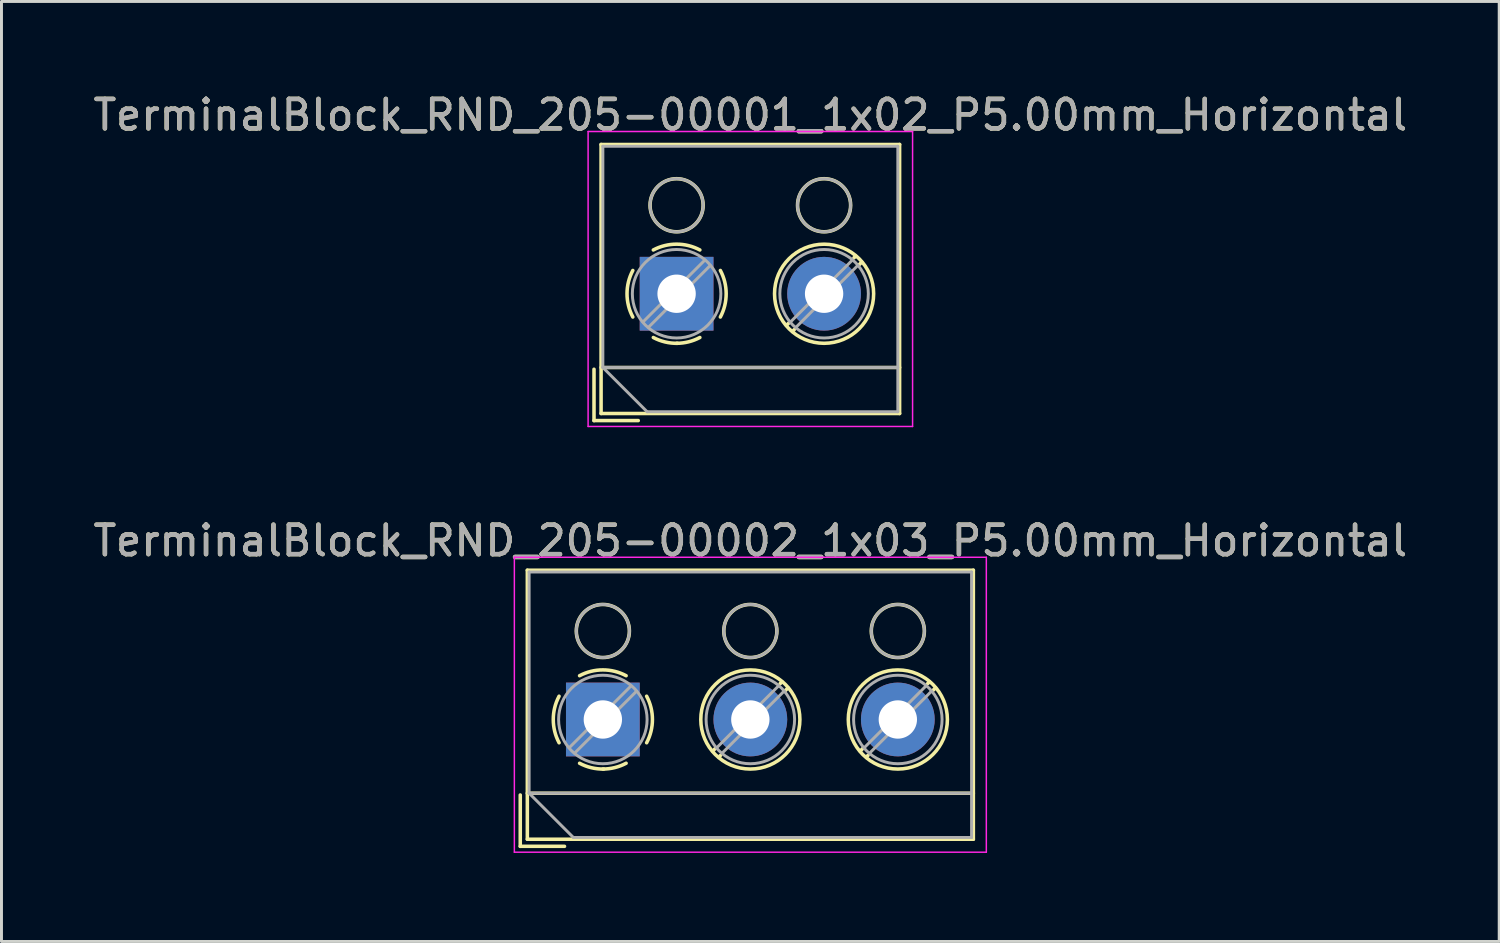
<source format=kicad_pcb>
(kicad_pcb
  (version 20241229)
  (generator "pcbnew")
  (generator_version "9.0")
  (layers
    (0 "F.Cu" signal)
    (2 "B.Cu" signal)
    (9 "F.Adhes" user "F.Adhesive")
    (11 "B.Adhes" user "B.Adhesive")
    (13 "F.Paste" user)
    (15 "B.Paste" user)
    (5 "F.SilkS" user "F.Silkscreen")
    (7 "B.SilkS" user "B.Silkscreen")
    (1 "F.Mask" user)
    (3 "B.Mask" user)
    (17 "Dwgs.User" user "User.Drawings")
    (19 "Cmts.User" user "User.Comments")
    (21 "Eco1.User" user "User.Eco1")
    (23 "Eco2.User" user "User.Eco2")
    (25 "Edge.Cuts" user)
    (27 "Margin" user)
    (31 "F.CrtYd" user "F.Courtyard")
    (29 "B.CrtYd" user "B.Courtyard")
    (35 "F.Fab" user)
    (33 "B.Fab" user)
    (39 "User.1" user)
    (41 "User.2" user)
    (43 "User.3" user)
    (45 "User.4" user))
  (footprint "TerminalBlock_RND_205-00002_1x03_P5.00mm_Horizontal"
    (layer "F.Cu")
    (at 17.387 21.341)
    (property "Reference" "TerminalBlock_RND_205-00002_1x03_P5.00mm_Horizontal" (at 5 -6.06 0) (layer "F.SilkS") (effects (font (size 1 1) (thickness 0.15))))
    (attr through_hole)
    (fp_line (start -2.8 2.56) (end -2.8 4.3) (stroke (width 0.12) (type solid)) (layer "F.SilkS"))
    (fp_line (start -2.8 4.3) (end -1.3 4.3) (stroke (width 0.12) (type solid)) (layer "F.SilkS"))
    (fp_line (start -2.56 -5.06) (end -2.56 4.06) (stroke (width 0.12) (type solid)) (layer "F.SilkS"))
    (fp_line (start -2.56 -5.06) (end 12.56 -5.06) (stroke (width 0.12) (type solid)) (layer "F.SilkS"))
    (fp_line (start -2.56 2.5) (end 12.56 2.5) (stroke (width 0.12) (type solid)) (layer "F.SilkS"))
    (fp_line (start -2.56 4.06) (end 12.56 4.06) (stroke (width 0.12) (type solid)) (layer "F.SilkS"))
    (fp_line (start 3.82 0.976) (end 3.726 1.069) (stroke (width 0.12) (type solid)) (layer "F.SilkS"))
    (fp_line (start 3.99 1.216) (end 3.931 1.274) (stroke (width 0.12) (type solid)) (layer "F.SilkS"))
    (fp_line (start 6.07 -1.275) (end 6.011 -1.216) (stroke (width 0.12) (type solid)) (layer "F.SilkS"))
    (fp_line (start 6.275 -1.069) (end 6.181 -0.976) (stroke (width 0.12) (type solid)) (layer "F.SilkS"))
    (fp_line (start 8.82 0.976) (end 8.726 1.069) (stroke (width 0.12) (type solid)) (layer "F.SilkS"))
    (fp_line (start 8.99 1.216) (end 8.931 1.274) (stroke (width 0.12) (type solid)) (layer "F.SilkS"))
    (fp_line (start 11.07 -1.275) (end 11.011 -1.216) (stroke (width 0.12) (type solid)) (layer "F.SilkS"))
    (fp_line (start 11.275 -1.069) (end 11.181 -0.976) (stroke (width 0.12) (type solid)) (layer "F.SilkS"))
    (fp_line (start 12.56 -5.06) (end 12.56 4.06) (stroke (width 0.12) (type solid)) (layer "F.SilkS"))
    (fp_arc (start -1.483953 0.789089) (mid -1.680708 0.00005) (end -1.484 -0.789) (stroke (width 0.12) (type solid)) (layer "F.SilkS"))
    (fp_arc (start -0.789089 -1.483953) (mid -0.00005 -1.680708) (end 0.789 -1.484) (stroke (width 0.12) (type solid)) (layer "F.SilkS"))
    (fp_arc (start 0.029383 1.68045) (mid -0.392304 1.634281) (end -0.789 1.484) (stroke (width 0.12) (type solid)) (layer "F.SilkS"))
    (fp_arc (start 0.788712 1.483352) (mid 0.406429 1.630097) (end 0 1.68) (stroke (width 0.12) (type solid)) (layer "F.SilkS"))
    (fp_arc (start 1.483953 -0.789089) (mid 1.680708 -0.00005) (end 1.484 0.789) (stroke (width 0.12) (type solid)) (layer "F.SilkS"))
    (fp_circle (center 0 -3) (end 0.9 -3) (stroke (width 0.12) (type solid)) (fill no) (layer "F.SilkS"))
    (fp_circle (center 5 -3) (end 5.9 -3) (stroke (width 0.12) (type solid)) (fill no) (layer "F.SilkS"))
    (fp_circle (center 5 0) (end 6.68 0) (stroke (width 0.12) (type solid)) (fill no) (layer "F.SilkS"))
    (fp_circle (center 10 -3) (end 10.9 -3) (stroke (width 0.12) (type solid)) (fill no) (layer "F.SilkS"))
    (fp_circle (center 10 0) (end 11.68 0) (stroke (width 0.12) (type solid)) (fill no) (layer "F.SilkS"))
    (fp_line (start -3 -5.5) (end -3 4.5) (stroke (width 0.05) (type solid)) (layer "F.CrtYd"))
    (fp_line (start -3 4.5) (end 13 4.5) (stroke (width 0.05) (type solid)) (layer "F.CrtYd"))
    (fp_line (start 13 -5.5) (end -3 -5.5) (stroke (width 0.05) (type solid)) (layer "F.CrtYd"))
    (fp_line (start 13 4.5) (end 13 -5.5) (stroke (width 0.05) (type solid)) (layer "F.CrtYd"))
    (fp_line (start -2.5 -5) (end 12.5 -5) (stroke (width 0.1) (type solid)) (layer "F.Fab"))
    (fp_line (start -2.5 2.5) (end -2.5 -5) (stroke (width 0.1) (type solid)) (layer "F.Fab"))
    (fp_line (start -2.5 2.5) (end 12.5 2.5) (stroke (width 0.1) (type solid)) (layer "F.Fab"))
    (fp_line (start -1 4) (end -2.5 2.5) (stroke (width 0.1) (type solid)) (layer "F.Fab"))
    (fp_line (start 0.955 -1.138) (end -1.138 0.955) (stroke (width 0.1) (type solid)) (layer "F.Fab"))
    (fp_line (start 1.138 -0.955) (end -0.955 1.138) (stroke (width 0.1) (type solid)) (layer "F.Fab"))
    (fp_line (start 5.955 -1.138) (end 3.863 0.955) (stroke (width 0.1) (type solid)) (layer "F.Fab"))
    (fp_line (start 6.138 -0.955) (end 4.046 1.138) (stroke (width 0.1) (type solid)) (layer "F.Fab"))
    (fp_line (start 10.955 -1.138) (end 8.863 0.955) (stroke (width 0.1) (type solid)) (layer "F.Fab"))
    (fp_line (start 11.138 -0.955) (end 9.046 1.138) (stroke (width 0.1) (type solid)) (layer "F.Fab"))
    (fp_line (start 12.5 -5) (end 12.5 4) (stroke (width 0.1) (type solid)) (layer "F.Fab"))
    (fp_line (start 12.5 4) (end -1 4) (stroke (width 0.1) (type solid)) (layer "F.Fab"))
    (fp_circle (center 0 -3) (end 0.9 -3) (stroke (width 0.1) (type solid)) (fill no) (layer "F.Fab"))
    (fp_circle (center 0 0) (end 1.5 0) (stroke (width 0.1) (type solid)) (fill no) (layer "F.Fab"))
    (fp_circle (center 5 -3) (end 5.9 -3) (stroke (width 0.1) (type solid)) (fill no) (layer "F.Fab"))
    (fp_circle (center 5 0) (end 6.5 0) (stroke (width 0.1) (type solid)) (fill no) (layer "F.Fab"))
    (fp_circle (center 10 -3) (end 10.9 -3) (stroke (width 0.1) (type solid)) (fill no) (layer "F.Fab"))
    (fp_circle (center 10 0) (end 11.5 0) (stroke (width 0.1) (type solid)) (fill no) (layer "F.Fab"))
    (fp_text user "${REFERENCE}" (at 5 -6.06 0) (layer "F.Fab") (effects (font (size 1 1) (thickness 0.15))))
    (pad "1" thru_hole rect (at 0 0) (size 2.5 2.5) (drill 1.3) (layers "*.Cu" "*.Mask"))
    (pad "2" thru_hole circle (at 5 0) (size 2.5 2.5) (drill 1.3) (layers "*.Cu" "*.Mask"))
    (pad "3" thru_hole circle (at 10 0) (size 2.5 2.5) (drill 1.3) (layers "*.Cu" "*.Mask")))
  (footprint "TerminalBlock_RND_205-00001_1x02_P5.00mm_Horizontal"
    (layer "F.Cu")
    (at 19.887 6.908)
    (property "Reference" "TerminalBlock_RND_205-00001_1x02_P5.00mm_Horizontal" (at 2.5 -6.06 0) (layer "F.SilkS") (effects (font (size 1 1) (thickness 0.15))))
    (attr through_hole)
    (fp_line (start -2.8 2.56) (end -2.8 4.3) (stroke (width 0.12) (type solid)) (layer "F.SilkS"))
    (fp_line (start -2.8 4.3) (end -1.3 4.3) (stroke (width 0.12) (type solid)) (layer "F.SilkS"))
    (fp_line (start -2.56 -5.06) (end -2.56 4.06) (stroke (width 0.12) (type solid)) (layer "F.SilkS"))
    (fp_line (start -2.56 -5.06) (end 7.56 -5.06) (stroke (width 0.12) (type solid)) (layer "F.SilkS"))
    (fp_line (start -2.56 2.5) (end 7.56 2.5) (stroke (width 0.12) (type solid)) (layer "F.SilkS"))
    (fp_line (start -2.56 4.06) (end 7.56 4.06) (stroke (width 0.12) (type solid)) (layer "F.SilkS"))
    (fp_line (start 3.82 0.976) (end 3.726 1.069) (stroke (width 0.12) (type solid)) (layer "F.SilkS"))
    (fp_line (start 3.99 1.216) (end 3.931 1.274) (stroke (width 0.12) (type solid)) (layer "F.SilkS"))
    (fp_line (start 6.07 -1.275) (end 6.011 -1.216) (stroke (width 0.12) (type solid)) (layer "F.SilkS"))
    (fp_line (start 6.275 -1.069) (end 6.181 -0.976) (stroke (width 0.12) (type solid)) (layer "F.SilkS"))
    (fp_line (start 7.56 -5.06) (end 7.56 4.06) (stroke (width 0.12) (type solid)) (layer "F.SilkS"))
    (fp_arc (start -1.483953 0.789089) (mid -1.680708 0.00005) (end -1.484 -0.789) (stroke (width 0.12) (type solid)) (layer "F.SilkS"))
    (fp_arc (start -0.789089 -1.483953) (mid -0.00005 -1.680708) (end 0.789 -1.484) (stroke (width 0.12) (type solid)) (layer "F.SilkS"))
    (fp_arc (start 0.029383 1.68045) (mid -0.392304 1.634281) (end -0.789 1.484) (stroke (width 0.12) (type solid)) (layer "F.SilkS"))
    (fp_arc (start 0.788712 1.483352) (mid 0.406429 1.630097) (end 0 1.68) (stroke (width 0.12) (type solid)) (layer "F.SilkS"))
    (fp_arc (start 1.483953 -0.789089) (mid 1.680708 -0.00005) (end 1.484 0.789) (stroke (width 0.12) (type solid)) (layer "F.SilkS"))
    (fp_circle (center 0 -3) (end 0.9 -3) (stroke (width 0.12) (type solid)) (fill no) (layer "F.SilkS"))
    (fp_circle (center 5 -3) (end 5.9 -3) (stroke (width 0.12) (type solid)) (fill no) (layer "F.SilkS"))
    (fp_circle (center 5 0) (end 6.68 0) (stroke (width 0.12) (type solid)) (fill no) (layer "F.SilkS"))
    (fp_line (start -3 -5.5) (end -3 4.5) (stroke (width 0.05) (type solid)) (layer "F.CrtYd"))
    (fp_line (start -3 4.5) (end 8 4.5) (stroke (width 0.05) (type solid)) (layer "F.CrtYd"))
    (fp_line (start 8 -5.5) (end -3 -5.5) (stroke (width 0.05) (type solid)) (layer "F.CrtYd"))
    (fp_line (start 8 4.5) (end 8 -5.5) (stroke (width 0.05) (type solid)) (layer "F.CrtYd"))
    (fp_line (start -2.5 -5) (end 7.5 -5) (stroke (width 0.1) (type solid)) (layer "F.Fab"))
    (fp_line (start -2.5 2.5) (end -2.5 -5) (stroke (width 0.1) (type solid)) (layer "F.Fab"))
    (fp_line (start -2.5 2.5) (end 7.5 2.5) (stroke (width 0.1) (type solid)) (layer "F.Fab"))
    (fp_line (start -1 4) (end -2.5 2.5) (stroke (width 0.1) (type solid)) (layer "F.Fab"))
    (fp_line (start 0.955 -1.138) (end -1.138 0.955) (stroke (width 0.1) (type solid)) (layer "F.Fab"))
    (fp_line (start 1.138 -0.955) (end -0.955 1.138) (stroke (width 0.1) (type solid)) (layer "F.Fab"))
    (fp_line (start 5.955 -1.138) (end 3.863 0.955) (stroke (width 0.1) (type solid)) (layer "F.Fab"))
    (fp_line (start 6.138 -0.955) (end 4.046 1.138) (stroke (width 0.1) (type solid)) (layer "F.Fab"))
    (fp_line (start 7.5 -5) (end 7.5 4) (stroke (width 0.1) (type solid)) (layer "F.Fab"))
    (fp_line (start 7.5 4) (end -1 4) (stroke (width 0.1) (type solid)) (layer "F.Fab"))
    (fp_circle (center 0 -3) (end 0.9 -3) (stroke (width 0.1) (type solid)) (fill no) (layer "F.Fab"))
    (fp_circle (center 0 0) (end 1.5 0) (stroke (width 0.1) (type solid)) (fill no) (layer "F.Fab"))
    (fp_circle (center 5 -3) (end 5.9 -3) (stroke (width 0.1) (type solid)) (fill no) (layer "F.Fab"))
    (fp_circle (center 5 0) (end 6.5 0) (stroke (width 0.1) (type solid)) (fill no) (layer "F.Fab"))
    (fp_text user "${REFERENCE}" (at 2.5 -6.06 0) (layer "F.Fab") (effects (font (size 1 1) (thickness 0.15))))
    (pad "1" thru_hole rect (at 0 0) (size 2.5 2.5) (drill 1.3) (layers "*.Cu" "*.Mask"))
    (pad "2" thru_hole circle (at 5 0) (size 2.5 2.5) (drill 1.3) (layers "*.Cu" "*.Mask")))
  (gr_rect
    (start -3 -3)
    (end 47.774 28.866)
    (stroke (width 0.1) (type default))
    (fill no)
    (layer "Edge.Cuts")))
</source>
